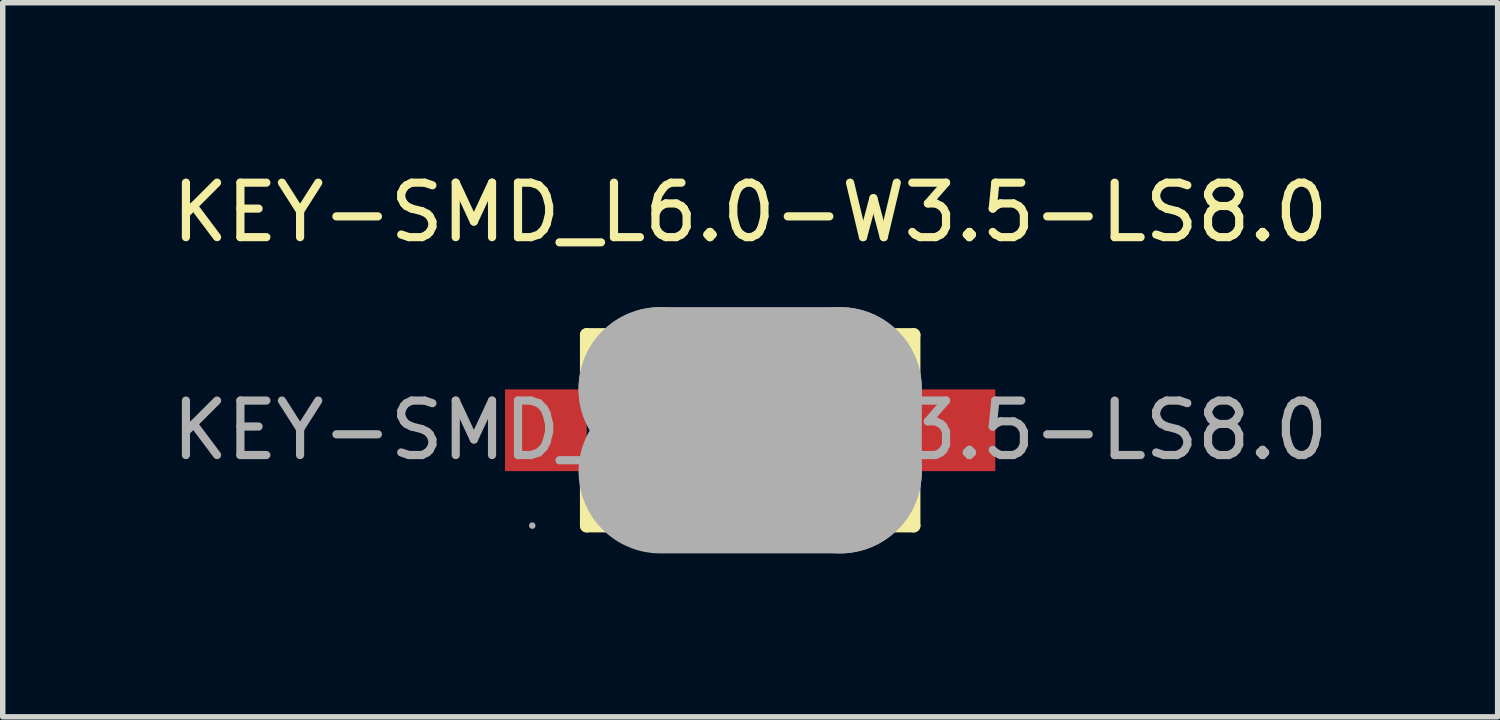
<source format=kicad_pcb>
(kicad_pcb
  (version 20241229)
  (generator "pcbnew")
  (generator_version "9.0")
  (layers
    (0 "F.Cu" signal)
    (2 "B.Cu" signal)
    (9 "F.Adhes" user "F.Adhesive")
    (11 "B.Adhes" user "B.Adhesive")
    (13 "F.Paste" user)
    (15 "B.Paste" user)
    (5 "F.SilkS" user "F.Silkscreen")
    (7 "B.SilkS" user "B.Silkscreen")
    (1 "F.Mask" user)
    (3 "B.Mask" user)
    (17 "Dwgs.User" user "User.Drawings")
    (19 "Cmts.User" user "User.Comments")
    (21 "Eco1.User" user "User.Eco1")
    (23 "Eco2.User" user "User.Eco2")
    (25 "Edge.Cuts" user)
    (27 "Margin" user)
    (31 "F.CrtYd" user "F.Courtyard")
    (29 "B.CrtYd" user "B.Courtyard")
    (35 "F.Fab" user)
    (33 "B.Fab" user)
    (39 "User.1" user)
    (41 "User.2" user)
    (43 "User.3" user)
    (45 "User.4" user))
  (footprint "KEY-SMD_L6.0-W3.5-LS8.0"
    (layer "F.Cu")
    (at 10.72 4.848)
    (property "Reference" "KEY-SMD_L6.0-W3.5-LS8.0" (at 0 -4 0) (layer "F.SilkS") (effects (font (size 1 1) (thickness 0.15))))
    (attr smd)
    (fp_line (start -3 -1.75) (end -3 -0.98) (stroke (width 0.25) (type solid)) (layer "F.SilkS"))
    (fp_line (start -3 -1.75) (end 3 -1.75) (stroke (width 0.25) (type solid)) (layer "F.SilkS"))
    (fp_line (start -3 0.98) (end -3 1.75) (stroke (width 0.25) (type solid)) (layer "F.SilkS"))
    (fp_line (start -3 1.75) (end 3 1.75) (stroke (width 0.25) (type solid)) (layer "F.SilkS"))
    (fp_line (start 3 -1.75) (end 3 -0.98) (stroke (width 0.25) (type solid)) (layer "F.SilkS"))
    (fp_line (start 3 0.98) (end 3 1.75) (stroke (width 0.25) (type solid)) (layer "F.SilkS"))
    (fp_line (start -1.65 -0.76) (end -1.65 -0.76) (stroke (width 3) (type solid)) (layer "F.Fab"))
    (fp_line (start -1.65 -0.76) (end 1.65 -0.76) (stroke (width 3) (type solid)) (layer "F.Fab"))
    (fp_line (start 1.65 -0.76) (end 1.65 0.76) (stroke (width 3) (type solid)) (layer "F.Fab"))
    (fp_line (start 1.65 0.76) (end -1.65 0.76) (stroke (width 3) (type solid)) (layer "F.Fab"))
    (fp_circle (center -4 1.75) (end -3.97 1.75) (stroke (width 0.06) (type solid)) (fill no) (layer "F.Fab"))
    (fp_text user "${REFERENCE}" (at 0 0 0) (layer "F.Fab") (effects (font (size 1 1) (thickness 0.15))))
    (pad "1" smd rect (at -3.75 0) (size 1.5 1.5) (layers "F.Cu" "F.Mask" "F.Paste"))
    (pad "2" smd rect (at 3.75 0) (size 1.5 1.5) (layers "F.Cu" "F.Mask" "F.Paste")))
  (gr_rect
    (start -3 -3)
    (end 24.44 10.108)
    (stroke (width 0.1) (type default))
    (fill no)
    (layer "Edge.Cuts")))
</source>
